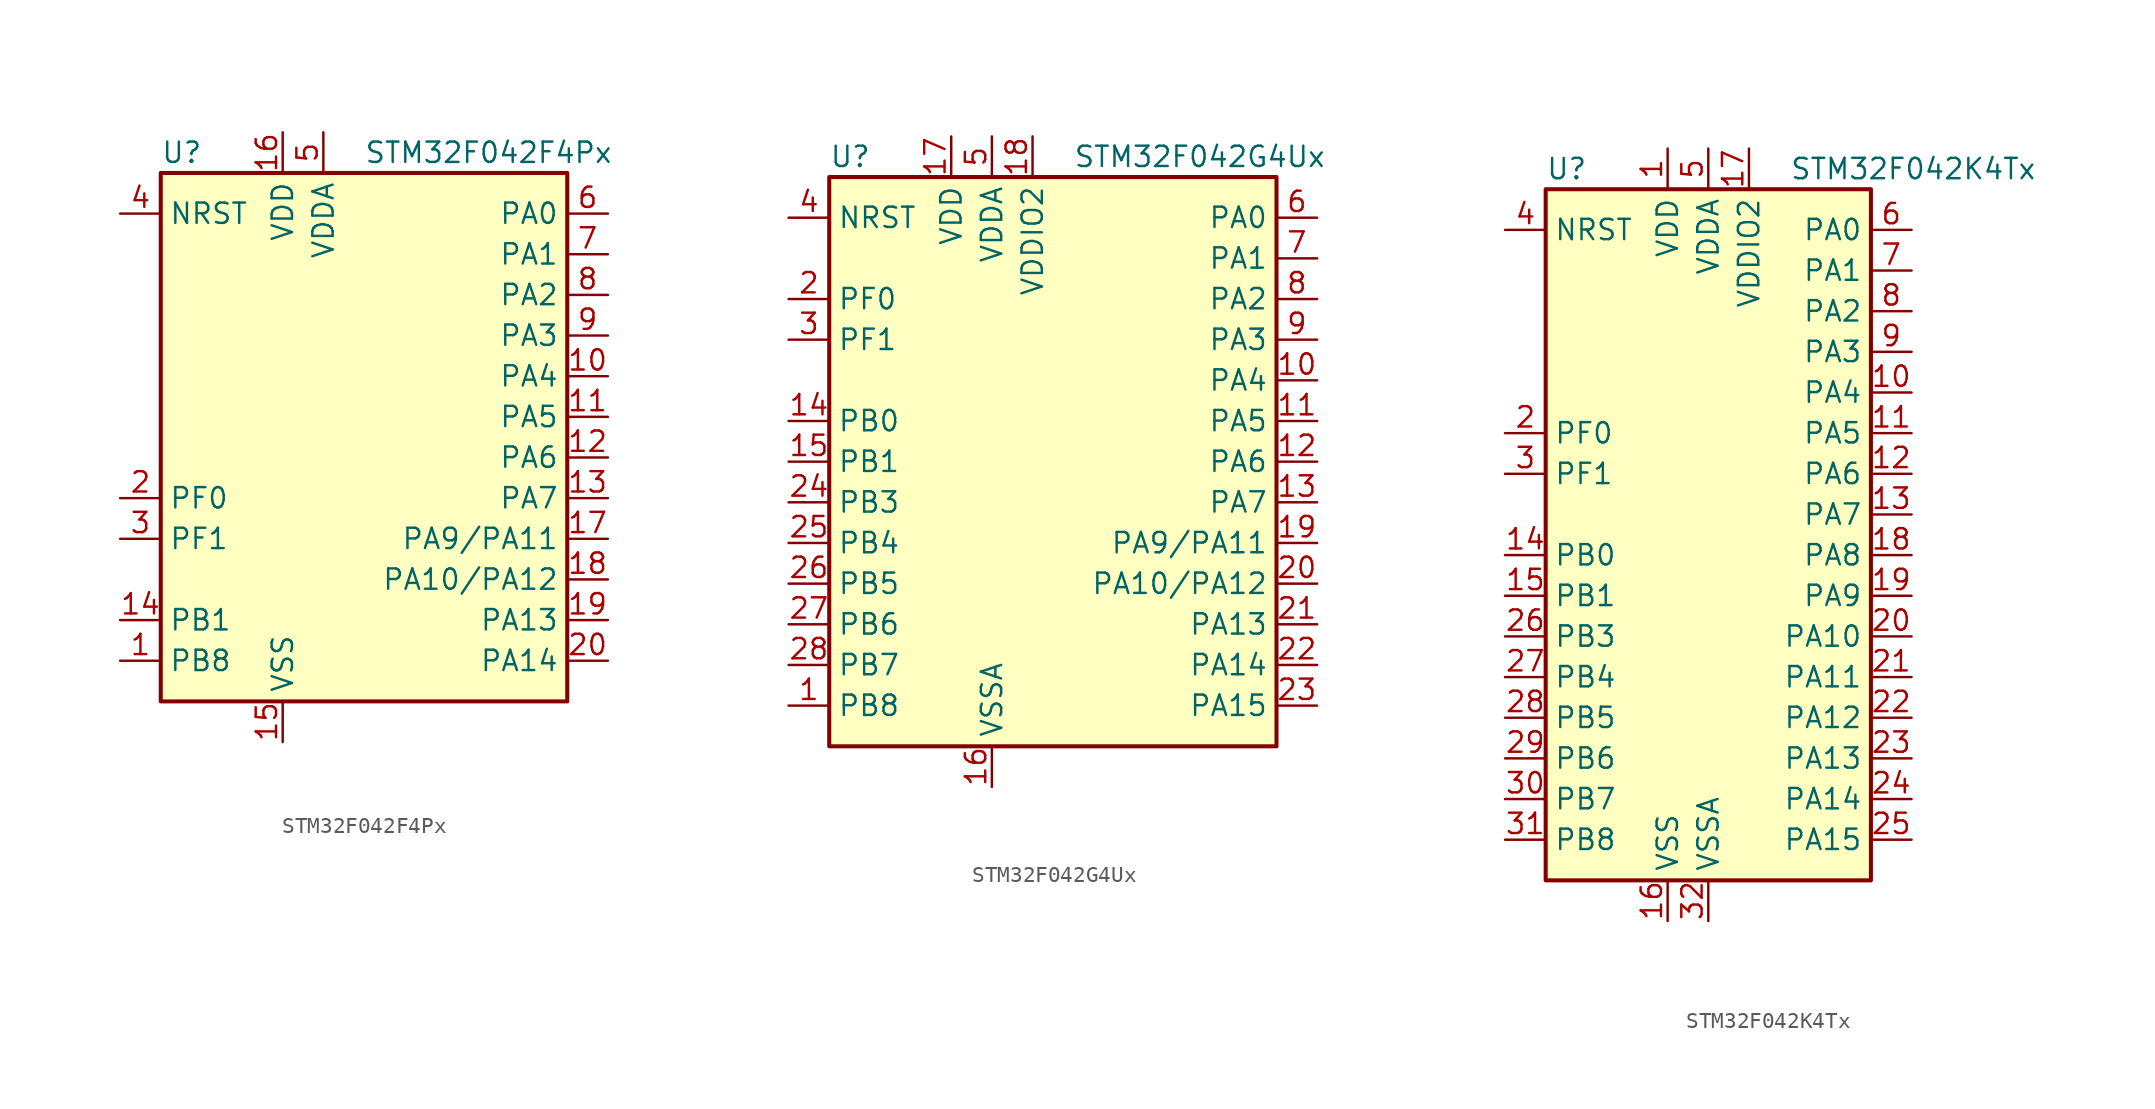
<source format=kicad_sym>
(kicad_symbol_lib
  (version 20211014)
  (generator kicad_symbol_editor)
  (symbol "STM32F042F4Px"
    (property "Reference" "U"
      (at -12.7 16.51 0)
      (effects (font (size 1.27 1.27)) (justify left)))
    (property "Value" "STM32F042F4Px"
      (at 0 16.51 0)
      (effects (font (size 1.27 1.27)) (justify left)))
    (symbol "STM32F042F4Px_0_1"
      (rectangle (start -12.7 -17.78) (end 12.7 15.24) (stroke (width 0.254) (type default) (color 0 0 0 0)) (fill (type background))))
    (symbol "STM32F042F4Px_1_1"
      (pin bidirectional line (at -15.24 -15.24 0) (length 2.54) (name "PB8" (effects (font (size 1.27 1.27)))) (number "1" (effects (font (size 1.27 1.27)))))
      (pin bidirectional line (at 15.24 2.54 180) (length 2.54) (name "PA4" (effects (font (size 1.27 1.27)))) (number "10" (effects (font (size 1.27 1.27)))))
      (pin bidirectional line (at 15.24 0 180) (length 2.54) (name "PA5" (effects (font (size 1.27 1.27)))) (number "11" (effects (font (size 1.27 1.27)))))
      (pin bidirectional line (at 15.24 -2.54 180) (length 2.54) (name "PA6" (effects (font (size 1.27 1.27)))) (number "12" (effects (font (size 1.27 1.27)))))
      (pin bidirectional line (at 15.24 -5.08 180) (length 2.54) (name "PA7" (effects (font (size 1.27 1.27)))) (number "13" (effects (font (size 1.27 1.27)))))
      (pin bidirectional line (at -15.24 -12.7 0) (length 2.54) (name "PB1" (effects (font (size 1.27 1.27)))) (number "14" (effects (font (size 1.27 1.27)))))
      (pin power_in line (at -5.08 -20.32 90) (length 2.54) (name "VSS" (effects (font (size 1.27 1.27)))) (number "15" (effects (font (size 1.27 1.27)))))
      (pin power_in line (at -5.08 17.78 270) (length 2.54) (name "VDD" (effects (font (size 1.27 1.27)))) (number "16" (effects (font (size 1.27 1.27)))))
      (pin bidirectional line (at 15.24 -7.62 180) (length 2.54) (name "PA9/PA11" (effects (font (size 1.27 1.27)))) (number "17" (effects (font (size 1.27 1.27)))))
      (pin bidirectional line (at 15.24 -10.16 180) (length 2.54) (name "PA10/PA12" (effects (font (size 1.27 1.27)))) (number "18" (effects (font (size 1.27 1.27)))))
      (pin bidirectional line (at 15.24 -12.7 180) (length 2.54) (name "PA13" (effects (font (size 1.27 1.27)))) (number "19" (effects (font (size 1.27 1.27)))))
      (pin input line (at -15.24 -5.08 0) (length 2.54) (name "PF0" (effects (font (size 1.27 1.27)))) (number "2" (effects (font (size 1.27 1.27)))))
      (pin bidirectional line (at 15.24 -15.24 180) (length 2.54) (name "PA14" (effects (font (size 1.27 1.27)))) (number "20" (effects (font (size 1.27 1.27)))))
      (pin input line (at -15.24 -7.62 0) (length 2.54) (name "PF1" (effects (font (size 1.27 1.27)))) (number "3" (effects (font (size 1.27 1.27)))))
      (pin input line (at -15.24 12.7 0) (length 2.54) (name "NRST" (effects (font (size 1.27 1.27)))) (number "4" (effects (font (size 1.27 1.27)))))
      (pin power_in line (at -2.54 17.78 270) (length 2.54) (name "VDDA" (effects (font (size 1.27 1.27)))) (number "5" (effects (font (size 1.27 1.27)))))
      (pin bidirectional line (at 15.24 12.7 180) (length 2.54) (name "PA0" (effects (font (size 1.27 1.27)))) (number "6" (effects (font (size 1.27 1.27)))))
      (pin bidirectional line (at 15.24 10.16 180) (length 2.54) (name "PA1" (effects (font (size 1.27 1.27)))) (number "7" (effects (font (size 1.27 1.27)))))
      (pin bidirectional line (at 15.24 7.62 180) (length 2.54) (name "PA2" (effects (font (size 1.27 1.27)))) (number "8" (effects (font (size 1.27 1.27)))))
      (pin bidirectional line (at 15.24 5.08 180) (length 2.54) (name "PA3" (effects (font (size 1.27 1.27)))) (number "9" (effects (font (size 1.27 1.27)))))))
  (symbol "STM32F042G4Ux"
    (property "Reference" "U"
      (at -15.24 19.05 0)
      (effects (font (size 1.27 1.27)) (justify left)))
    (property "Value" "STM32F042G4Ux"
      (at 0 19.05 0)
      (effects (font (size 1.27 1.27)) (justify left)))
    (symbol "STM32F042G4Ux_0_1"
      (rectangle (start -15.24 -17.78) (end 12.7 17.78) (stroke (width 0.254) (type default) (color 0 0 0 0)) (fill (type background))))
    (symbol "STM32F042G4Ux_1_1"
      (pin bidirectional line (at -17.78 -15.24 0) (length 2.54) (name "PB8" (effects (font (size 1.27 1.27)))) (number "1" (effects (font (size 1.27 1.27)))))
      (pin bidirectional line (at 15.24 5.08 180) (length 2.54) (name "PA4" (effects (font (size 1.27 1.27)))) (number "10" (effects (font (size 1.27 1.27)))))
      (pin bidirectional line (at 15.24 2.54 180) (length 2.54) (name "PA5" (effects (font (size 1.27 1.27)))) (number "11" (effects (font (size 1.27 1.27)))))
      (pin bidirectional line (at 15.24 0 180) (length 2.54) (name "PA6" (effects (font (size 1.27 1.27)))) (number "12" (effects (font (size 1.27 1.27)))))
      (pin bidirectional line (at 15.24 -2.54 180) (length 2.54) (name "PA7" (effects (font (size 1.27 1.27)))) (number "13" (effects (font (size 1.27 1.27)))))
      (pin bidirectional line (at -17.78 2.54 0) (length 2.54) (name "PB0" (effects (font (size 1.27 1.27)))) (number "14" (effects (font (size 1.27 1.27)))))
      (pin bidirectional line (at -17.78 0 0) (length 2.54) (name "PB1" (effects (font (size 1.27 1.27)))) (number "15" (effects (font (size 1.27 1.27)))))
      (pin power_in line (at -5.08 -20.32 90) (length 2.54) (name "VSSA" (effects (font (size 1.27 1.27)))) (number "16" (effects (font (size 1.27 1.27)))))
      (pin power_in line (at -7.62 20.32 270) (length 2.54) (name "VDD" (effects (font (size 1.27 1.27)))) (number "17" (effects (font (size 1.27 1.27)))))
      (pin power_in line (at -2.54 20.32 270) (length 2.54) (name "VDDIO2" (effects (font (size 1.27 1.27)))) (number "18" (effects (font (size 1.27 1.27)))))
      (pin bidirectional line (at 15.24 -5.08 180) (length 2.54) (name "PA9/PA11" (effects (font (size 1.27 1.27)))) (number "19" (effects (font (size 1.27 1.27)))))
      (pin input line (at -17.78 10.16 0) (length 2.54) (name "PF0" (effects (font (size 1.27 1.27)))) (number "2" (effects (font (size 1.27 1.27)))))
      (pin bidirectional line (at 15.24 -7.62 180) (length 2.54) (name "PA10/PA12" (effects (font (size 1.27 1.27)))) (number "20" (effects (font (size 1.27 1.27)))))
      (pin bidirectional line (at 15.24 -10.16 180) (length 2.54) (name "PA13" (effects (font (size 1.27 1.27)))) (number "21" (effects (font (size 1.27 1.27)))))
      (pin bidirectional line (at 15.24 -12.7 180) (length 2.54) (name "PA14" (effects (font (size 1.27 1.27)))) (number "22" (effects (font (size 1.27 1.27)))))
      (pin bidirectional line (at 15.24 -15.24 180) (length 2.54) (name "PA15" (effects (font (size 1.27 1.27)))) (number "23" (effects (font (size 1.27 1.27)))))
      (pin bidirectional line (at -17.78 -2.54 0) (length 2.54) (name "PB3" (effects (font (size 1.27 1.27)))) (number "24" (effects (font (size 1.27 1.27)))))
      (pin bidirectional line (at -17.78 -5.08 0) (length 2.54) (name "PB4" (effects (font (size 1.27 1.27)))) (number "25" (effects (font (size 1.27 1.27)))))
      (pin bidirectional line (at -17.78 -7.62 0) (length 2.54) (name "PB5" (effects (font (size 1.27 1.27)))) (number "26" (effects (font (size 1.27 1.27)))))
      (pin bidirectional line (at -17.78 -10.16 0) (length 2.54) (name "PB6" (effects (font (size 1.27 1.27)))) (number "27" (effects (font (size 1.27 1.27)))))
      (pin bidirectional line (at -17.78 -12.7 0) (length 2.54) (name "PB7" (effects (font (size 1.27 1.27)))) (number "28" (effects (font (size 1.27 1.27)))))
      (pin input line (at -17.78 7.62 0) (length 2.54) (name "PF1" (effects (font (size 1.27 1.27)))) (number "3" (effects (font (size 1.27 1.27)))))
      (pin input line (at -17.78 15.24 0) (length 2.54) (name "NRST" (effects (font (size 1.27 1.27)))) (number "4" (effects (font (size 1.27 1.27)))))
      (pin power_in line (at -5.08 20.32 270) (length 2.54) (name "VDDA" (effects (font (size 1.27 1.27)))) (number "5" (effects (font (size 1.27 1.27)))))
      (pin bidirectional line (at 15.24 15.24 180) (length 2.54) (name "PA0" (effects (font (size 1.27 1.27)))) (number "6" (effects (font (size 1.27 1.27)))))
      (pin bidirectional line (at 15.24 12.7 180) (length 2.54) (name "PA1" (effects (font (size 1.27 1.27)))) (number "7" (effects (font (size 1.27 1.27)))))
      (pin bidirectional line (at 15.24 10.16 180) (length 2.54) (name "PA2" (effects (font (size 1.27 1.27)))) (number "8" (effects (font (size 1.27 1.27)))))
      (pin bidirectional line (at 15.24 7.62 180) (length 2.54) (name "PA3" (effects (font (size 1.27 1.27)))) (number "9" (effects (font (size 1.27 1.27)))))))
  (symbol "STM32F042K4Tx"
    (property "Reference" "U"
      (at -10.16 21.59 0)
      (effects (font (size 1.27 1.27)) (justify left)))
    (property "Value" "STM32F042K4Tx"
      (at 5.08 21.59 0)
      (effects (font (size 1.27 1.27)) (justify left)))
    (symbol "STM32F042K4Tx_0_1"
      (rectangle (start -10.16 -22.86) (end 10.16 20.32) (stroke (width 0.254) (type default) (color 0 0 0 0)) (fill (type background))))
    (symbol "STM32F042K4Tx_1_1"
      (pin power_in line (at -2.54 22.86 270) (length 2.54) (name "VDD" (effects (font (size 1.27 1.27)))) (number "1" (effects (font (size 1.27 1.27)))))
      (pin bidirectional line (at 12.7 7.62 180) (length 2.54) (name "PA4" (effects (font (size 1.27 1.27)))) (number "10" (effects (font (size 1.27 1.27)))))
      (pin bidirectional line (at 12.7 5.08 180) (length 2.54) (name "PA5" (effects (font (size 1.27 1.27)))) (number "11" (effects (font (size 1.27 1.27)))))
      (pin bidirectional line (at 12.7 2.54 180) (length 2.54) (name "PA6" (effects (font (size 1.27 1.27)))) (number "12" (effects (font (size 1.27 1.27)))))
      (pin bidirectional line (at 12.7 0 180) (length 2.54) (name "PA7" (effects (font (size 1.27 1.27)))) (number "13" (effects (font (size 1.27 1.27)))))
      (pin bidirectional line (at -12.7 -2.54 0) (length 2.54) (name "PB0" (effects (font (size 1.27 1.27)))) (number "14" (effects (font (size 1.27 1.27)))))
      (pin bidirectional line (at -12.7 -5.08 0) (length 2.54) (name "PB1" (effects (font (size 1.27 1.27)))) (number "15" (effects (font (size 1.27 1.27)))))
      (pin power_in line (at -2.54 -25.4 90) (length 2.54) (name "VSS" (effects (font (size 1.27 1.27)))) (number "16" (effects (font (size 1.27 1.27)))))
      (pin power_in line (at 2.54 22.86 270) (length 2.54) (name "VDDIO2" (effects (font (size 1.27 1.27)))) (number "17" (effects (font (size 1.27 1.27)))))
      (pin bidirectional line (at 12.7 -2.54 180) (length 2.54) (name "PA8" (effects (font (size 1.27 1.27)))) (number "18" (effects (font (size 1.27 1.27)))))
      (pin bidirectional line (at 12.7 -5.08 180) (length 2.54) (name "PA9" (effects (font (size 1.27 1.27)))) (number "19" (effects (font (size 1.27 1.27)))))
      (pin input line (at -12.7 5.08 0) (length 2.54) (name "PF0" (effects (font (size 1.27 1.27)))) (number "2" (effects (font (size 1.27 1.27)))))
      (pin bidirectional line (at 12.7 -7.62 180) (length 2.54) (name "PA10" (effects (font (size 1.27 1.27)))) (number "20" (effects (font (size 1.27 1.27)))))
      (pin bidirectional line (at 12.7 -10.16 180) (length 2.54) (name "PA11" (effects (font (size 1.27 1.27)))) (number "21" (effects (font (size 1.27 1.27)))))
      (pin bidirectional line (at 12.7 -12.7 180) (length 2.54) (name "PA12" (effects (font (size 1.27 1.27)))) (number "22" (effects (font (size 1.27 1.27)))))
      (pin bidirectional line (at 12.7 -15.24 180) (length 2.54) (name "PA13" (effects (font (size 1.27 1.27)))) (number "23" (effects (font (size 1.27 1.27)))))
      (pin bidirectional line (at 12.7 -17.78 180) (length 2.54) (name "PA14" (effects (font (size 1.27 1.27)))) (number "24" (effects (font (size 1.27 1.27)))))
      (pin bidirectional line (at 12.7 -20.32 180) (length 2.54) (name "PA15" (effects (font (size 1.27 1.27)))) (number "25" (effects (font (size 1.27 1.27)))))
      (pin bidirectional line (at -12.7 -7.62 0) (length 2.54) (name "PB3" (effects (font (size 1.27 1.27)))) (number "26" (effects (font (size 1.27 1.27)))))
      (pin bidirectional line (at -12.7 -10.16 0) (length 2.54) (name "PB4" (effects (font (size 1.27 1.27)))) (number "27" (effects (font (size 1.27 1.27)))))
      (pin bidirectional line (at -12.7 -12.7 0) (length 2.54) (name "PB5" (effects (font (size 1.27 1.27)))) (number "28" (effects (font (size 1.27 1.27)))))
      (pin bidirectional line (at -12.7 -15.24 0) (length 2.54) (name "PB6" (effects (font (size 1.27 1.27)))) (number "29" (effects (font (size 1.27 1.27)))))
      (pin input line (at -12.7 2.54 0) (length 2.54) (name "PF1" (effects (font (size 1.27 1.27)))) (number "3" (effects (font (size 1.27 1.27)))))
      (pin bidirectional line (at -12.7 -17.78 0) (length 2.54) (name "PB7" (effects (font (size 1.27 1.27)))) (number "30" (effects (font (size 1.27 1.27)))))
      (pin bidirectional line (at -12.7 -20.32 0) (length 2.54) (name "PB8" (effects (font (size 1.27 1.27)))) (number "31" (effects (font (size 1.27 1.27)))))
      (pin power_in line (at 0 -25.4 90) (length 2.54) (name "VSSA" (effects (font (size 1.27 1.27)))) (number "32" (effects (font (size 1.27 1.27)))))
      (pin input line (at -12.7 17.78 0) (length 2.54) (name "NRST" (effects (font (size 1.27 1.27)))) (number "4" (effects (font (size 1.27 1.27)))))
      (pin power_in line (at 0 22.86 270) (length 2.54) (name "VDDA" (effects (font (size 1.27 1.27)))) (number "5" (effects (font (size 1.27 1.27)))))
      (pin bidirectional line (at 12.7 17.78 180) (length 2.54) (name "PA0" (effects (font (size 1.27 1.27)))) (number "6" (effects (font (size 1.27 1.27)))))
      (pin bidirectional line (at 12.7 15.24 180) (length 2.54) (name "PA1" (effects (font (size 1.27 1.27)))) (number "7" (effects (font (size 1.27 1.27)))))
      (pin bidirectional line (at 12.7 12.7 180) (length 2.54) (name "PA2" (effects (font (size 1.27 1.27)))) (number "8" (effects (font (size 1.27 1.27)))))
      (pin bidirectional line (at 12.7 10.16 180) (length 2.54) (name "PA3" (effects (font (size 1.27 1.27)))) (number "9" (effects (font (size 1.27 1.27))))))))
</source>
